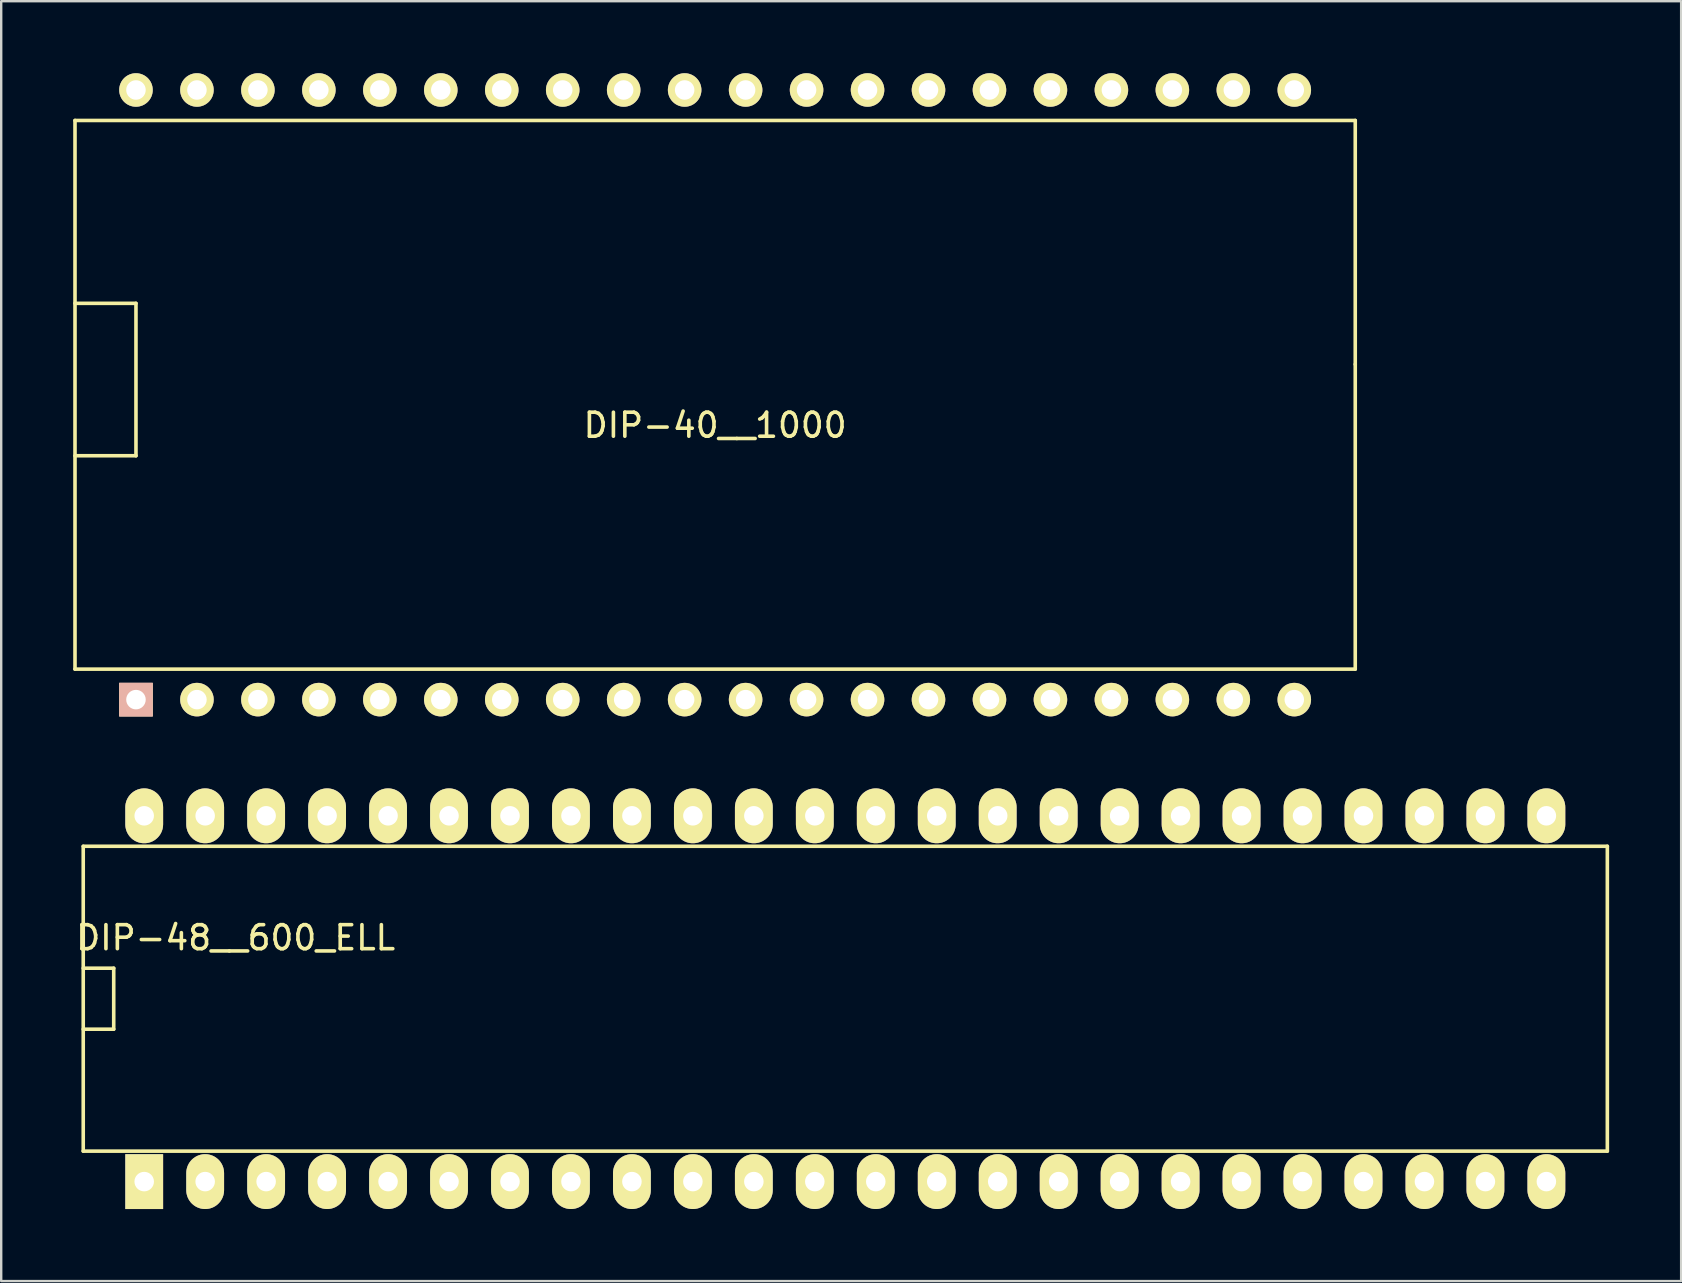
<source format=kicad_pcb>
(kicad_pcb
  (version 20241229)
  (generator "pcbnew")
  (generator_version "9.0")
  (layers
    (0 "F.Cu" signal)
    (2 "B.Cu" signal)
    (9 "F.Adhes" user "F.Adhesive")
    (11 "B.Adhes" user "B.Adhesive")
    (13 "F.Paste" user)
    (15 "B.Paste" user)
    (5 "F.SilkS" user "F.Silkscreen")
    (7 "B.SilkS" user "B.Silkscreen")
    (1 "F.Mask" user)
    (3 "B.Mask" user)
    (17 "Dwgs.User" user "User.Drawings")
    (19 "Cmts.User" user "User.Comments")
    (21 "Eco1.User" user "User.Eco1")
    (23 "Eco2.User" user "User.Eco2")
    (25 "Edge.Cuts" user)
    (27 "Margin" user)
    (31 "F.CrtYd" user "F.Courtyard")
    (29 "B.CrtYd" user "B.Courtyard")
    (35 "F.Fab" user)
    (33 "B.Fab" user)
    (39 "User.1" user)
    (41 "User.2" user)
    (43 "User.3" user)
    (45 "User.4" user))
  (footprint "DIP-48__600_ELL"
    (layer "F.Cu")
    (at 32.168 38.56)
    (property "Reference" "DIP-48__600_ELL" (at -25.4 -2.54 0) (layer "F.SilkS") (effects (font (size 1 1) (thickness 0.15))))
    (attr through_hole)
    (fp_line (start -31.75 -6.35) (end 31.75 -6.35) (stroke (width 0.15) (type solid)) (layer "F.SilkS"))
    (fp_line (start -31.75 -1.27) (end -30.48 -1.27) (stroke (width 0.15) (type solid)) (layer "F.SilkS"))
    (fp_line (start -31.75 6.35) (end -31.75 -6.35) (stroke (width 0.15) (type solid)) (layer "F.SilkS"))
    (fp_line (start -30.48 -1.27) (end -30.48 1.27) (stroke (width 0.15) (type solid)) (layer "F.SilkS"))
    (fp_line (start -30.48 1.27) (end -31.75 1.27) (stroke (width 0.15) (type solid)) (layer "F.SilkS"))
    (fp_line (start 31.75 -6.35) (end 31.75 6.35) (stroke (width 0.15) (type solid)) (layer "F.SilkS"))
    (fp_line (start 31.75 6.35) (end -31.75 6.35) (stroke (width 0.15) (type solid)) (layer "F.SilkS"))
    (pad "1" thru_hole rect (at -29.21 7.62) (size 1.575 2.286) (drill 0.813) (layers "*.Cu" "*.Mask" "F.SilkS"))
    (pad "2" thru_hole oval (at -26.67 7.62) (size 1.575 2.286) (drill 0.813) (layers "*.Cu" "*.Mask" "F.SilkS"))
    (pad "3" thru_hole oval (at -24.13 7.62) (size 1.575 2.286) (drill 0.813) (layers "*.Cu" "*.Mask" "F.SilkS"))
    (pad "4" thru_hole oval (at -21.59 7.62) (size 1.575 2.286) (drill 0.813) (layers "*.Cu" "*.Mask" "F.SilkS"))
    (pad "5" thru_hole oval (at -19.05 7.62) (size 1.575 2.286) (drill 0.813) (layers "*.Cu" "*.Mask" "F.SilkS"))
    (pad "6" thru_hole oval (at -16.51 7.62) (size 1.575 2.286) (drill 0.813) (layers "*.Cu" "*.Mask" "F.SilkS"))
    (pad "7" thru_hole oval (at -13.97 7.62) (size 1.575 2.286) (drill 0.813) (layers "*.Cu" "*.Mask" "F.SilkS"))
    (pad "8" thru_hole oval (at -11.43 7.62) (size 1.575 2.286) (drill 0.813) (layers "*.Cu" "*.Mask" "F.SilkS"))
    (pad "9" thru_hole oval (at -8.89 7.62) (size 1.575 2.286) (drill 0.813) (layers "*.Cu" "*.Mask" "F.SilkS"))
    (pad "10" thru_hole oval (at -6.35 7.62) (size 1.575 2.286) (drill 0.813) (layers "*.Cu" "*.Mask" "F.SilkS"))
    (pad "11" thru_hole oval (at -3.81 7.62) (size 1.575 2.286) (drill 0.813) (layers "*.Cu" "*.Mask" "F.SilkS"))
    (pad "12" thru_hole oval (at -1.27 7.62) (size 1.575 2.286) (drill 0.813) (layers "*.Cu" "*.Mask" "F.SilkS"))
    (pad "13" thru_hole oval (at 1.27 7.62) (size 1.575 2.286) (drill 0.813) (layers "*.Cu" "*.Mask" "F.SilkS"))
    (pad "14" thru_hole oval (at 3.81 7.62) (size 1.575 2.286) (drill 0.813) (layers "*.Cu" "*.Mask" "F.SilkS"))
    (pad "15" thru_hole oval (at 6.35 7.62) (size 1.575 2.286) (drill 0.813) (layers "*.Cu" "*.Mask" "F.SilkS"))
    (pad "16" thru_hole oval (at 8.89 7.62) (size 1.575 2.286) (drill 0.813) (layers "*.Cu" "*.Mask" "F.SilkS"))
    (pad "17" thru_hole oval (at 11.43 7.62) (size 1.575 2.286) (drill 0.813) (layers "*.Cu" "*.Mask" "F.SilkS"))
    (pad "18" thru_hole oval (at 13.97 7.62) (size 1.575 2.286) (drill 0.813) (layers "*.Cu" "*.Mask" "F.SilkS"))
    (pad "19" thru_hole oval (at 16.51 7.62) (size 1.575 2.286) (drill 0.813) (layers "*.Cu" "*.Mask" "F.SilkS"))
    (pad "20" thru_hole oval (at 19.05 7.62) (size 1.575 2.286) (drill 0.813) (layers "*.Cu" "*.Mask" "F.SilkS"))
    (pad "21" thru_hole oval (at 21.59 7.62) (size 1.575 2.286) (drill 0.813) (layers "*.Cu" "*.Mask" "F.SilkS"))
    (pad "22" thru_hole oval (at 24.13 7.62) (size 1.575 2.286) (drill 0.813) (layers "*.Cu" "*.Mask" "F.SilkS"))
    (pad "23" thru_hole oval (at 26.67 7.62) (size 1.575 2.286) (drill 0.813) (layers "*.Cu" "*.Mask" "F.SilkS"))
    (pad "24" thru_hole oval (at 29.21 7.62) (size 1.575 2.286) (drill 0.813) (layers "*.Cu" "*.Mask" "F.SilkS"))
    (pad "25" thru_hole oval (at 29.21 -7.62) (size 1.575 2.286) (drill 0.813) (layers "*.Cu" "*.Mask" "F.SilkS"))
    (pad "26" thru_hole oval (at 26.67 -7.62) (size 1.575 2.286) (drill 0.813) (layers "*.Cu" "*.Mask" "F.SilkS"))
    (pad "27" thru_hole oval (at 24.13 -7.62) (size 1.575 2.286) (drill 0.813) (layers "*.Cu" "*.Mask" "F.SilkS"))
    (pad "28" thru_hole oval (at 21.59 -7.62) (size 1.575 2.286) (drill 0.813) (layers "*.Cu" "*.Mask" "F.SilkS"))
    (pad "29" thru_hole oval (at 19.05 -7.62) (size 1.575 2.286) (drill 0.813) (layers "*.Cu" "*.Mask" "F.SilkS"))
    (pad "30" thru_hole oval (at 16.51 -7.62) (size 1.575 2.286) (drill 0.813) (layers "*.Cu" "*.Mask" "F.SilkS"))
    (pad "31" thru_hole oval (at 13.97 -7.62) (size 1.575 2.286) (drill 0.813) (layers "*.Cu" "*.Mask" "F.SilkS"))
    (pad "32" thru_hole oval (at 11.43 -7.62) (size 1.575 2.286) (drill 0.813) (layers "*.Cu" "*.Mask" "F.SilkS"))
    (pad "33" thru_hole oval (at 8.89 -7.62) (size 1.575 2.286) (drill 0.813) (layers "*.Cu" "*.Mask" "F.SilkS"))
    (pad "34" thru_hole oval (at 6.35 -7.62) (size 1.575 2.286) (drill 0.813) (layers "*.Cu" "*.Mask" "F.SilkS"))
    (pad "35" thru_hole oval (at 3.81 -7.62) (size 1.575 2.286) (drill 0.813) (layers "*.Cu" "*.Mask" "F.SilkS"))
    (pad "36" thru_hole oval (at 1.27 -7.62) (size 1.575 2.286) (drill 0.813) (layers "*.Cu" "*.Mask" "F.SilkS"))
    (pad "37" thru_hole oval (at -1.27 -7.62) (size 1.575 2.286) (drill 0.813) (layers "*.Cu" "*.Mask" "F.SilkS"))
    (pad "38" thru_hole oval (at -3.81 -7.62) (size 1.575 2.286) (drill 0.813) (layers "*.Cu" "*.Mask" "F.SilkS"))
    (pad "39" thru_hole oval (at -6.35 -7.62) (size 1.575 2.286) (drill 0.813) (layers "*.Cu" "*.Mask" "F.SilkS"))
    (pad "40" thru_hole oval (at -8.89 -7.62) (size 1.575 2.286) (drill 0.813) (layers "*.Cu" "*.Mask" "F.SilkS"))
    (pad "41" thru_hole oval (at -11.43 -7.62) (size 1.575 2.286) (drill 0.813) (layers "*.Cu" "*.Mask" "F.SilkS"))
    (pad "42" thru_hole oval (at -13.97 -7.62) (size 1.575 2.286) (drill 0.813) (layers "*.Cu" "*.Mask" "F.SilkS"))
    (pad "43" thru_hole oval (at -16.51 -7.62) (size 1.575 2.286) (drill 0.813) (layers "*.Cu" "*.Mask" "F.SilkS"))
    (pad "44" thru_hole oval (at -19.05 -7.62) (size 1.575 2.286) (drill 0.813) (layers "*.Cu" "*.Mask" "F.SilkS"))
    (pad "45" thru_hole oval (at -21.59 -7.62) (size 1.575 2.286) (drill 0.813) (layers "*.Cu" "*.Mask" "F.SilkS"))
    (pad "46" thru_hole oval (at -24.13 -7.62) (size 1.575 2.286) (drill 0.813) (layers "*.Cu" "*.Mask" "F.SilkS"))
    (pad "47" thru_hole oval (at -26.67 -7.62) (size 1.575 2.286) (drill 0.813) (layers "*.Cu" "*.Mask" "F.SilkS"))
    (pad "48" thru_hole oval (at -29.21 -7.62) (size 1.575 2.286) (drill 0.813) (layers "*.Cu" "*.Mask" "F.SilkS")))
  (footprint "DIP-40__1000"
    (layer "F.Cu")
    (at 26.745 13.399)
    (property "Reference" "DIP-40__1000" (at 0 1.27 0) (layer "F.SilkS") (effects (font (size 1 1) (thickness 0.15))))
    (attr through_hole)
    (fp_line (start -26.67 2.54) (end -24.13 2.54) (stroke (width 0.15) (type solid)) (layer "F.SilkS"))
    (fp_line (start -26.67 11.43) (end -26.67 -11.43) (stroke (width 0.15) (type solid)) (layer "F.SilkS"))
    (fp_line (start -24.13 -3.81) (end -26.67 -3.81) (stroke (width 0.15) (type solid)) (layer "F.SilkS"))
    (fp_line (start -24.13 2.54) (end -24.13 -3.81) (stroke (width 0.15) (type solid)) (layer "F.SilkS"))
    (fp_line (start 26.67 -11.43) (end -26.67 -11.43) (stroke (width 0.15) (type solid)) (layer "F.SilkS"))
    (fp_line (start 26.67 -1.27) (end 26.67 -11.43) (stroke (width 0.15) (type solid)) (layer "F.SilkS"))
    (fp_line (start 26.67 -1.27) (end 26.67 11.43) (stroke (width 0.15) (type solid)) (layer "F.SilkS"))
    (fp_line (start 26.67 11.43) (end -26.67 11.43) (stroke (width 0.15) (type solid)) (layer "F.SilkS"))
    (pad "1" thru_hole rect (at -24.13 12.7) (size 1.397 1.397) (drill 0.813) (layers "*.Cu" "*.SilkS" "*.Mask"))
    (pad "2" thru_hole circle (at -21.59 12.7) (size 1.397 1.397) (drill 0.813) (layers "*.Cu" "*.Mask" "F.SilkS"))
    (pad "3" thru_hole circle (at -19.05 12.7) (size 1.397 1.397) (drill 0.813) (layers "*.Cu" "*.Mask" "F.SilkS"))
    (pad "4" thru_hole circle (at -16.51 12.7) (size 1.397 1.397) (drill 0.813) (layers "*.Cu" "*.Mask" "F.SilkS"))
    (pad "5" thru_hole circle (at -13.97 12.7) (size 1.397 1.397) (drill 0.813) (layers "*.Cu" "*.Mask" "F.SilkS"))
    (pad "6" thru_hole circle (at -11.43 12.7) (size 1.397 1.397) (drill 0.813) (layers "*.Cu" "*.Mask" "F.SilkS"))
    (pad "7" thru_hole circle (at -8.89 12.7) (size 1.397 1.397) (drill 0.813) (layers "*.Cu" "*.Mask" "F.SilkS"))
    (pad "8" thru_hole circle (at -6.35 12.7) (size 1.397 1.397) (drill 0.813) (layers "*.Cu" "*.Mask" "F.SilkS"))
    (pad "9" thru_hole circle (at -3.81 12.7) (size 1.397 1.397) (drill 0.813) (layers "*.Cu" "*.Mask" "F.SilkS"))
    (pad "10" thru_hole circle (at -1.27 12.7) (size 1.397 1.397) (drill 0.813) (layers "*.Cu" "*.Mask" "F.SilkS"))
    (pad "11" thru_hole circle (at 1.27 12.7) (size 1.397 1.397) (drill 0.813) (layers "*.Cu" "*.Mask" "F.SilkS"))
    (pad "12" thru_hole circle (at 3.81 12.7) (size 1.397 1.397) (drill 0.813) (layers "*.Cu" "*.Mask" "F.SilkS"))
    (pad "13" thru_hole circle (at 6.35 12.7) (size 1.397 1.397) (drill 0.813) (layers "*.Cu" "*.Mask" "F.SilkS"))
    (pad "14" thru_hole circle (at 8.89 12.7) (size 1.397 1.397) (drill 0.813) (layers "*.Cu" "*.Mask" "F.SilkS"))
    (pad "15" thru_hole circle (at 11.43 12.7) (size 1.397 1.397) (drill 0.813) (layers "*.Cu" "*.Mask" "F.SilkS"))
    (pad "16" thru_hole circle (at 13.97 12.7) (size 1.397 1.397) (drill 0.813) (layers "*.Cu" "*.Mask" "F.SilkS"))
    (pad "17" thru_hole circle (at 16.51 12.7) (size 1.397 1.397) (drill 0.813) (layers "*.Cu" "*.Mask" "F.SilkS"))
    (pad "18" thru_hole circle (at 19.05 12.7) (size 1.397 1.397) (drill 0.813) (layers "*.Cu" "*.Mask" "F.SilkS"))
    (pad "19" thru_hole circle (at 21.59 12.7) (size 1.397 1.397) (drill 0.813) (layers "*.Cu" "*.Mask" "F.SilkS"))
    (pad "20" thru_hole circle (at 24.13 12.7) (size 1.397 1.397) (drill 0.813) (layers "*.Cu" "*.Mask" "F.SilkS"))
    (pad "21" thru_hole circle (at 24.13 -12.7) (size 1.397 1.397) (drill 0.813) (layers "*.Cu" "*.Mask" "F.SilkS"))
    (pad "22" thru_hole circle (at 21.59 -12.7) (size 1.397 1.397) (drill 0.813) (layers "*.Cu" "*.Mask" "F.SilkS"))
    (pad "23" thru_hole circle (at 19.05 -12.7) (size 1.397 1.397) (drill 0.813) (layers "*.Cu" "*.Mask" "F.SilkS"))
    (pad "24" thru_hole circle (at 16.51 -12.7) (size 1.397 1.397) (drill 0.813) (layers "*.Cu" "*.Mask" "F.SilkS"))
    (pad "25" thru_hole circle (at 13.97 -12.7) (size 1.397 1.397) (drill 0.813) (layers "*.Cu" "*.Mask" "F.SilkS"))
    (pad "26" thru_hole circle (at 11.43 -12.7) (size 1.397 1.397) (drill 0.813) (layers "*.Cu" "*.Mask" "F.SilkS"))
    (pad "27" thru_hole circle (at 8.89 -12.7) (size 1.397 1.397) (drill 0.813) (layers "*.Cu" "*.Mask" "F.SilkS"))
    (pad "28" thru_hole circle (at 6.35 -12.7) (size 1.397 1.397) (drill 0.813) (layers "*.Cu" "*.Mask" "F.SilkS"))
    (pad "29" thru_hole circle (at 3.81 -12.7) (size 1.397 1.397) (drill 0.813) (layers "*.Cu" "*.Mask" "F.SilkS"))
    (pad "30" thru_hole circle (at 1.27 -12.7) (size 1.397 1.397) (drill 0.813) (layers "*.Cu" "*.Mask" "F.SilkS"))
    (pad "31" thru_hole circle (at -1.27 -12.7) (size 1.397 1.397) (drill 0.813) (layers "*.Cu" "*.Mask" "F.SilkS"))
    (pad "32" thru_hole circle (at -3.81 -12.7) (size 1.397 1.397) (drill 0.813) (layers "*.Cu" "*.Mask" "F.SilkS"))
    (pad "33" thru_hole circle (at -6.35 -12.7) (size 1.397 1.397) (drill 0.813) (layers "*.Cu" "*.Mask" "F.SilkS"))
    (pad "34" thru_hole circle (at -8.89 -12.7) (size 1.397 1.397) (drill 0.813) (layers "*.Cu" "*.Mask" "F.SilkS"))
    (pad "35" thru_hole circle (at -11.43 -12.7) (size 1.397 1.397) (drill 0.813) (layers "*.Cu" "*.Mask" "F.SilkS"))
    (pad "36" thru_hole circle (at -13.97 -12.7) (size 1.397 1.397) (drill 0.813) (layers "*.Cu" "*.Mask" "F.SilkS"))
    (pad "37" thru_hole circle (at -16.51 -12.7) (size 1.397 1.397) (drill 0.813) (layers "*.Cu" "*.Mask" "F.SilkS"))
    (pad "38" thru_hole circle (at -19.05 -12.7) (size 1.397 1.397) (drill 0.813) (layers "*.Cu" "*.Mask" "F.SilkS"))
    (pad "39" thru_hole circle (at -21.59 -12.7) (size 1.397 1.397) (drill 0.813) (layers "*.Cu" "*.Mask" "F.SilkS"))
    (pad "40" thru_hole circle (at -24.13 -12.7) (size 1.397 1.397) (drill 0.813) (layers "*.Cu" "*.Mask" "F.SilkS")))
  (gr_rect
    (start -3 -3)
    (end 66.993 50.323)
    (stroke (width 0.1) (type default))
    (fill no)
    (layer "Edge.Cuts")))
</source>
